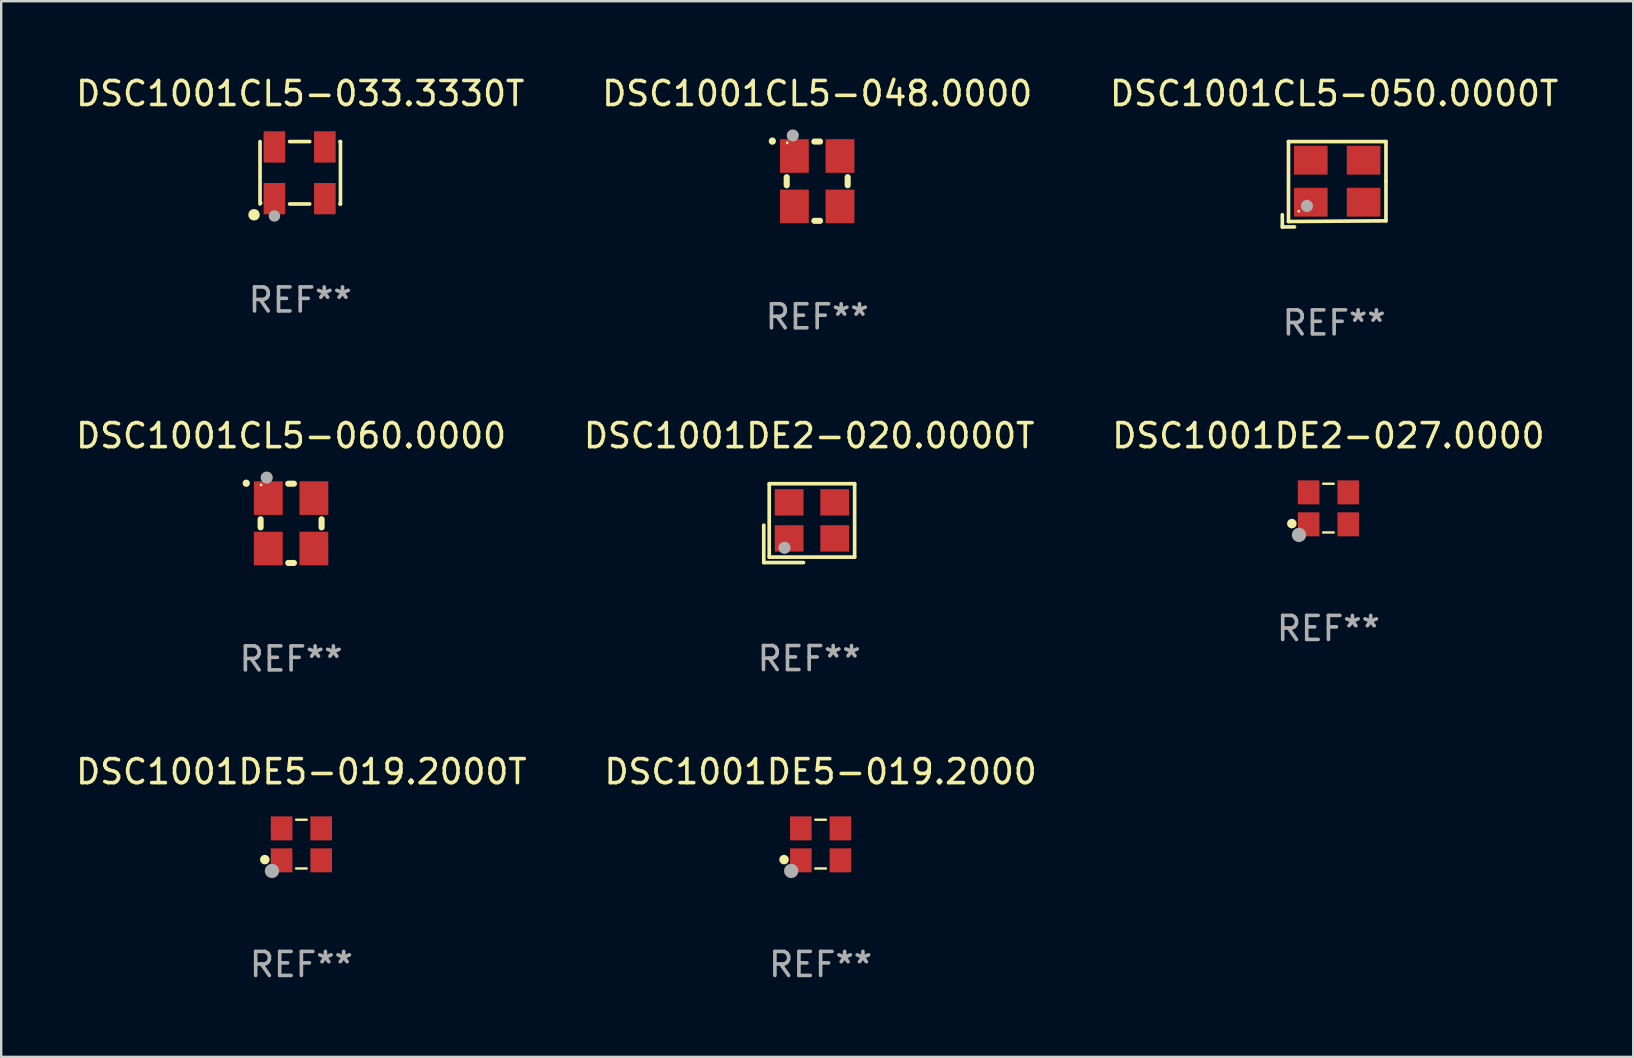
<source format=kicad_pcb>
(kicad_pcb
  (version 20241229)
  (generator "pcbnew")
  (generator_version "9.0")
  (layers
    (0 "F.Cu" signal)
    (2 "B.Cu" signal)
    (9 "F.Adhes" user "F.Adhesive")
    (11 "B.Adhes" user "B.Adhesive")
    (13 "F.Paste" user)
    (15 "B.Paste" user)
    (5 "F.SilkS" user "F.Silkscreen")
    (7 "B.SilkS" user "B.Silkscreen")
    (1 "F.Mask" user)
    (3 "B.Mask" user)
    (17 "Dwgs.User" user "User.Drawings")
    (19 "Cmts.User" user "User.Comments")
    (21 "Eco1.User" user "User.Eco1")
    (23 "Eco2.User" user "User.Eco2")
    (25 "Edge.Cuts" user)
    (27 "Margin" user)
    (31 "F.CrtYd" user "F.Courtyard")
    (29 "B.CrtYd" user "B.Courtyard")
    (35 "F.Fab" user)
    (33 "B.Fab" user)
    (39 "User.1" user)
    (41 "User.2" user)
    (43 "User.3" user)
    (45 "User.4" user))
  (footprint "DSC1001CL5-048.0000"
    (layer "F.Cu")
    (at 30.994 4.499)
    (property "Reference" "DSC1001CL5-048.0000" (at 0 -3.651 0) (layer "F.SilkS") (effects (font (size 1 1) (thickness 0.15))))
    (attr through_hole)
    (fp_line (start -1.27 -0.169) (end -1.27 0.169) (stroke (width 0.254) (type solid)) (layer "F.SilkS"))
    (fp_line (start 0.119 -1.651) (end -0.119 -1.651) (stroke (width 0.254) (type solid)) (layer "F.SilkS"))
    (fp_line (start 0.119 1.651) (end -0.119 1.651) (stroke (width 0.254) (type solid)) (layer "F.SilkS"))
    (fp_line (start 1.27 -0.169) (end 1.27 0.169) (stroke (width 0.254) (type solid)) (layer "F.SilkS"))
    (fp_arc (start -1.868631 -1.669799) (mid -1.868636 -1.671069) (end -1.868631 -1.672339) (stroke (width 0.3) (type solid)) (layer "F.SilkS"))
    (fp_circle (center -1.25 -1.6) (end -1.22 -1.6) (stroke (width 0.06) (type solid)) (fill no) (layer "F.SilkS"))
    (fp_circle (center -1.016 -1.905) (end -0.889 -1.905) (stroke (width 0.254) (type solid)) (fill no) (layer "F.Fab"))
    (fp_text user "REF**" (at 0 5.651 0) (layer "F.Fab") (effects (font (size 1 1) (thickness 0.15))))
    (pad "1" smd rect (at -0.95 -1.05 90) (size 1.4 1.2) (layers "F.Cu" "F.Mask" "F.Paste"))
    (pad "2" smd rect (at -0.95 1.05 90) (size 1.4 1.2) (layers "F.Cu" "F.Mask" "F.Paste"))
    (pad "3" smd rect (at 0.95 1.05 90) (size 1.4 1.2) (layers "F.Cu" "F.Mask" "F.Paste"))
    (pad "4" smd rect (at 0.95 -1.05 90) (size 1.4 1.2) (layers "F.Cu" "F.Mask" "F.Paste")))
  (footprint "DSC1001CL5-060.0000"
    (layer "F.Cu")
    (at 9.077 18.752)
    (property "Reference" "DSC1001CL5-060.0000" (at 0 -3.651 0) (layer "F.SilkS") (effects (font (size 1 1) (thickness 0.15))))
    (attr through_hole)
    (fp_line (start -1.27 -0.169) (end -1.27 0.169) (stroke (width 0.254) (type solid)) (layer "F.SilkS"))
    (fp_line (start 0.119 -1.651) (end -0.119 -1.651) (stroke (width 0.254) (type solid)) (layer "F.SilkS"))
    (fp_line (start 0.119 1.651) (end -0.119 1.651) (stroke (width 0.254) (type solid)) (layer "F.SilkS"))
    (fp_line (start 1.27 -0.169) (end 1.27 0.169) (stroke (width 0.254) (type solid)) (layer "F.SilkS"))
    (fp_arc (start -1.868631 -1.669799) (mid -1.868636 -1.671069) (end -1.868631 -1.672339) (stroke (width 0.3) (type solid)) (layer "F.SilkS"))
    (fp_circle (center -1.25 -1.6) (end -1.22 -1.6) (stroke (width 0.06) (type solid)) (fill no) (layer "F.SilkS"))
    (fp_circle (center -1.016 -1.905) (end -0.889 -1.905) (stroke (width 0.254) (type solid)) (fill no) (layer "F.Fab"))
    (fp_text user "REF**" (at 0 5.651 0) (layer "F.Fab") (effects (font (size 1 1) (thickness 0.15))))
    (pad "1" smd rect (at -0.95 -1.05 90) (size 1.4 1.2) (layers "F.Cu" "F.Mask" "F.Paste"))
    (pad "2" smd rect (at -0.95 1.05 90) (size 1.4 1.2) (layers "F.Cu" "F.Mask" "F.Paste"))
    (pad "3" smd rect (at 0.95 1.05 90) (size 1.4 1.2) (layers "F.Cu" "F.Mask" "F.Paste"))
    (pad "4" smd rect (at 0.95 -1.05 90) (size 1.4 1.2) (layers "F.Cu" "F.Mask" "F.Paste")))
  (footprint "DSC1001DE5-019.2000"
    (layer "F.Cu")
    (at 31.137 32.115)
    (property "Reference" "DSC1001DE5-019.2000" (at 0 -3.016 0) (layer "F.SilkS") (effects (font (size 1 1) (thickness 0.15))))
    (attr through_hole)
    (fp_line (start -0.221 -1.016) (end 0.221 -1.016) (stroke (width 0.1) (type solid)) (layer "F.SilkS"))
    (fp_line (start -0.221 1.016) (end 0.221 1.016) (stroke (width 0.1) (type solid)) (layer "F.SilkS"))
    (fp_circle (center -1.524 0.646) (end -1.424 0.646) (stroke (width 0.2) (type solid)) (fill no) (layer "F.SilkS"))
    (fp_circle (center -1.25 1) (end -1.22 1) (stroke (width 0.06) (type solid)) (fill no) (layer "F.SilkS"))
    (fp_circle (center -1.226 1.118) (end -1.076 1.118) (stroke (width 0.3) (type solid)) (fill no) (layer "F.Fab"))
    (fp_text user "REF**" (at 0 5.016 0) (layer "F.Fab") (effects (font (size 1 1) (thickness 0.15))))
    (pad "1" smd rect (at -0.825 0.676) (size 0.9 1) (layers "F.Cu" "F.Mask" "F.Paste"))
    (pad "2" smd rect (at 0.825 0.676) (size 0.9 1) (layers "F.Cu" "F.Mask" "F.Paste"))
    (pad "3" smd rect (at 0.825 -0.655) (size 0.9 1) (layers "F.Cu" "F.Mask" "F.Paste"))
    (pad "4" smd rect (at -0.825 -0.655) (size 0.9 1) (layers "F.Cu" "F.Mask" "F.Paste")))
  (footprint "DSC1001CL5-033.3330T"
    (layer "F.Cu")
    (at 9.458 4.148)
    (property "Reference" "DSC1001CL5-033.3330T" (at 0 -3.3 0) (layer "F.SilkS") (effects (font (size 1 1) (thickness 0.15))))
    (attr through_hole)
    (fp_line (start -1.675 -1.3) (end -1.675 1.3) (stroke (width 0.152) (type solid)) (layer "F.SilkS"))
    (fp_line (start -0.445 1.3) (end 0.395 1.3) (stroke (width 0.152) (type solid)) (layer "F.SilkS"))
    (fp_line (start 0.395 -1.3) (end -0.445 -1.3) (stroke (width 0.152) (type solid)) (layer "F.SilkS"))
    (fp_line (start 1.655 1.3) (end 1.675 1.3) (stroke (width 0.152) (type solid)) (layer "F.SilkS"))
    (fp_line (start 1.675 -1.3) (end 1.655 -1.3) (stroke (width 0.152) (type solid)) (layer "F.SilkS"))
    (fp_line (start 1.675 1.3) (end 1.675 -1.3) (stroke (width 0.152) (type solid)) (layer "F.SilkS"))
    (fp_circle (center -1.925 1.75) (end -1.805 1.75) (stroke (width 0.24) (type solid)) (fill no) (layer "F.SilkS"))
    (fp_circle (center -1.625 1.25) (end -1.595 1.25) (stroke (width 0.06) (type solid)) (fill no) (layer "F.SilkS"))
    (fp_circle (center -1.075 1.8) (end -0.955 1.8) (stroke (width 0.24) (type solid)) (fill no) (layer "F.Fab"))
    (fp_text user "REF**" (at 0 5.3 0) (layer "F.Fab") (effects (font (size 1 1) (thickness 0.15))))
    (pad "1" smd rect (at -1.075 1.077) (size 0.9 1.305) (layers "F.Cu" "F.Mask" "F.Paste"))
    (pad "2" smd rect (at 1.025 1.077) (size 0.9 1.305) (layers "F.Cu" "F.Mask" "F.Paste"))
    (pad "3" smd rect (at 1.025 -1.077) (size 0.9 1.305) (layers "F.Cu" "F.Mask" "F.Paste"))
    (pad "4" smd rect (at -1.075 -1.077) (size 0.9 1.305) (layers "F.Cu" "F.Mask" "F.Paste")))
  (footprint "DSC1001DE2-020.0000T"
    (layer "F.Cu")
    (at 30.661 18.744)
    (property "Reference" "DSC1001DE2-020.0000T" (at 0 -3.643 0) (layer "F.SilkS") (effects (font (size 1 1) (thickness 0.15))))
    (attr through_hole)
    (fp_line (start -1.893 0.086) (end -1.893 1.643) (stroke (width 0.152) (type solid)) (layer "F.SilkS"))
    (fp_line (start -1.893 1.643) (end -0.237 1.643) (stroke (width 0.152) (type solid)) (layer "F.SilkS"))
    (fp_line (start -1.665 -1.643) (end 1.893 -1.643) (stroke (width 0.152) (type solid)) (layer "F.SilkS"))
    (fp_line (start -1.665 1.414) (end -1.665 -1.643) (stroke (width 0.152) (type solid)) (layer "F.SilkS"))
    (fp_line (start 1.893 -1.643) (end 1.893 1.414) (stroke (width 0.152) (type solid)) (layer "F.SilkS"))
    (fp_line (start 1.893 1.414) (end -1.665 1.414) (stroke (width 0.152) (type solid)) (layer "F.SilkS"))
    (fp_circle (center -1.136 0.885) (end -1.106 0.885) (stroke (width 0.06) (type solid)) (fill no) (layer "F.SilkS"))
    (fp_circle (center -1.029 1.028) (end -0.902 1.028) (stroke (width 0.254) (type solid)) (fill no) (layer "F.Fab"))
    (fp_text user "REF**" (at 0 5.643 0) (layer "F.Fab") (effects (font (size 1 1) (thickness 0.15))))
    (pad "1" smd rect (at -0.836 0.636) (size 1.2 1.1) (layers "F.Cu" "F.Mask" "F.Paste"))
    (pad "2" smd rect (at 1.064 0.636) (size 1.2 1.1) (layers "F.Cu" "F.Mask" "F.Paste"))
    (pad "3" smd rect (at 1.064 -0.865) (size 1.2 1.1) (layers "F.Cu" "F.Mask" "F.Paste"))
    (pad "4" smd rect (at -0.836 -0.865) (size 1.2 1.1) (layers "F.Cu" "F.Mask" "F.Paste")))
  (footprint "DSC1001CL5-050.0000T"
    (layer "F.Cu")
    (at 52.53 4.626)
    (property "Reference" "DSC1001CL5-050.0000T" (at 0 -3.778 0) (layer "F.SilkS") (effects (font (size 1 1) (thickness 0.15))))
    (attr through_hole)
    (fp_line (start -2.159 1.27) (end -2.159 1.778) (stroke (width 0.152) (type solid)) (layer "F.SilkS"))
    (fp_line (start -2.159 1.778) (end -1.651 1.778) (stroke (width 0.152) (type solid)) (layer "F.SilkS"))
    (fp_line (start -1.902 -1.778) (end 2.159 -1.778) (stroke (width 0.152) (type solid)) (layer "F.SilkS"))
    (fp_line (start -1.902 1.552) (end -1.902 -1.778) (stroke (width 0.152) (type solid)) (layer "F.SilkS"))
    (fp_line (start 2.159 -1.778) (end 2.159 -0.127) (stroke (width 0.152) (type solid)) (layer "F.SilkS"))
    (fp_line (start 2.159 -0.127) (end 2.159 1.524) (stroke (width 0.152) (type solid)) (layer "F.SilkS"))
    (fp_line (start 2.159 1.524) (end -1.902 1.552) (stroke (width 0.152) (type solid)) (layer "F.SilkS"))
    (fp_circle (center -1.473 1.123) (end -1.443 1.123) (stroke (width 0.06) (type solid)) (fill no) (layer "F.SilkS"))
    (fp_circle (center -1.133 0.903) (end -1.006 0.903) (stroke (width 0.254) (type solid)) (fill no) (layer "F.Fab"))
    (fp_text user "REF**" (at 0 5.778 0) (layer "F.Fab") (effects (font (size 1 1) (thickness 0.15))))
    (pad "1" smd rect (at -0.973 0.748) (size 1.4 1.2) (layers "F.Cu" "F.Mask" "F.Paste"))
    (pad "2" smd rect (at 1.227 0.748) (size 1.4 1.2) (layers "F.Cu" "F.Mask" "F.Paste"))
    (pad "3" smd rect (at 1.227 -1.002) (size 1.4 1.2) (layers "F.Cu" "F.Mask" "F.Paste"))
    (pad "4" smd rect (at -0.973 -1.002) (size 1.4 1.2) (layers "F.Cu" "F.Mask" "F.Paste")))
  (footprint "DSC1001DE5-019.2000T"
    (layer "F.Cu")
    (at 9.506 32.115)
    (property "Reference" "DSC1001DE5-019.2000T" (at 0 -3.016 0) (layer "F.SilkS") (effects (font (size 1 1) (thickness 0.15))))
    (attr through_hole)
    (fp_line (start -0.221 -1.016) (end 0.221 -1.016) (stroke (width 0.1) (type solid)) (layer "F.SilkS"))
    (fp_line (start -0.221 1.016) (end 0.221 1.016) (stroke (width 0.1) (type solid)) (layer "F.SilkS"))
    (fp_circle (center -1.524 0.646) (end -1.424 0.646) (stroke (width 0.2) (type solid)) (fill no) (layer "F.SilkS"))
    (fp_circle (center -1.25 1) (end -1.22 1) (stroke (width 0.06) (type solid)) (fill no) (layer "F.SilkS"))
    (fp_circle (center -1.226 1.118) (end -1.076 1.118) (stroke (width 0.3) (type solid)) (fill no) (layer "F.Fab"))
    (fp_text user "REF**" (at 0 5.016 0) (layer "F.Fab") (effects (font (size 1 1) (thickness 0.15))))
    (pad "1" smd rect (at -0.825 0.676) (size 0.9 1) (layers "F.Cu" "F.Mask" "F.Paste"))
    (pad "2" smd rect (at 0.825 0.676) (size 0.9 1) (layers "F.Cu" "F.Mask" "F.Paste"))
    (pad "3" smd rect (at 0.825 -0.655) (size 0.9 1) (layers "F.Cu" "F.Mask" "F.Paste"))
    (pad "4" smd rect (at -0.825 -0.655) (size 0.9 1) (layers "F.Cu" "F.Mask" "F.Paste")))
  (footprint "DSC1001DE2-027.0000"
    (layer "F.Cu")
    (at 52.292 18.117)
    (property "Reference" "DSC1001DE2-027.0000" (at 0 -3.016 0) (layer "F.SilkS") (effects (font (size 1 1) (thickness 0.15))))
    (attr through_hole)
    (fp_line (start -0.221 -1.016) (end 0.221 -1.016) (stroke (width 0.1) (type solid)) (layer "F.SilkS"))
    (fp_line (start -0.221 1.016) (end 0.221 1.016) (stroke (width 0.1) (type solid)) (layer "F.SilkS"))
    (fp_circle (center -1.524 0.646) (end -1.424 0.646) (stroke (width 0.2) (type solid)) (fill no) (layer "F.SilkS"))
    (fp_circle (center -1.25 1) (end -1.22 1) (stroke (width 0.06) (type solid)) (fill no) (layer "F.SilkS"))
    (fp_circle (center -1.226 1.118) (end -1.076 1.118) (stroke (width 0.3) (type solid)) (fill no) (layer "F.Fab"))
    (fp_text user "REF**" (at 0 5.016 0) (layer "F.Fab") (effects (font (size 1 1) (thickness 0.15))))
    (pad "1" smd rect (at -0.825 0.676) (size 0.9 1) (layers "F.Cu" "F.Mask" "F.Paste"))
    (pad "2" smd rect (at 0.825 0.676) (size 0.9 1) (layers "F.Cu" "F.Mask" "F.Paste"))
    (pad "3" smd rect (at 0.825 -0.655) (size 0.9 1) (layers "F.Cu" "F.Mask" "F.Paste"))
    (pad "4" smd rect (at -0.825 -0.655) (size 0.9 1) (layers "F.Cu" "F.Mask" "F.Paste")))
  (gr_rect
    (start -3 -3)
    (end 64.988 40.98)
    (stroke (width 0.1) (type default))
    (fill no)
    (layer "Edge.Cuts")))
</source>
